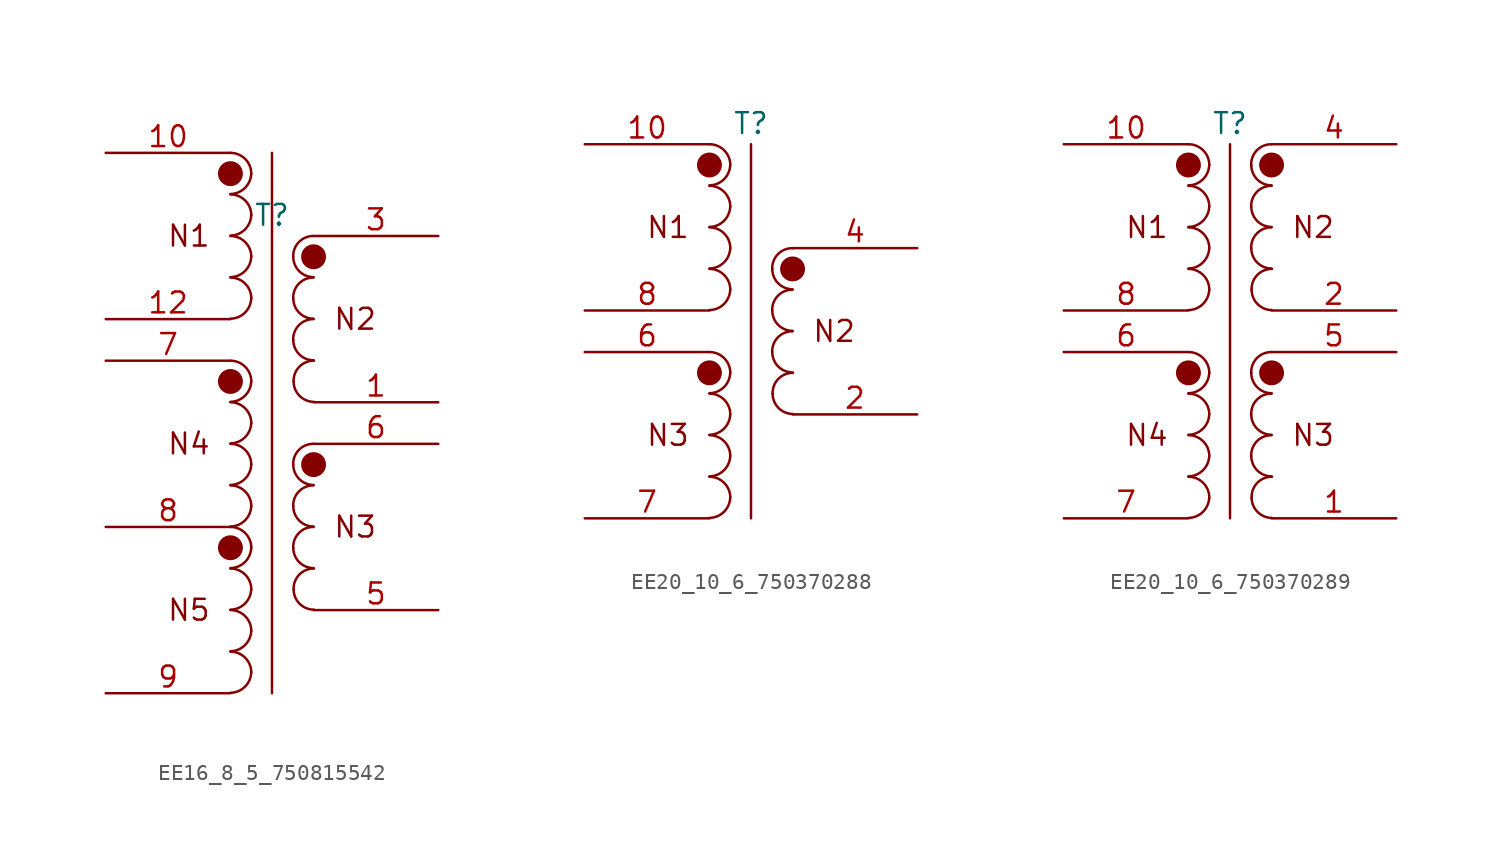
<source format=kicad_sym>
(kicad_symbol_lib
  (version 20220914)
  (generator kicad_symbol_editor)
  (symbol "EE16_8_5_750815542"
    (pin_names hide)
    (property "Reference" "T"
      (at 0 12.7 0)
      (effects (font (size 1.27 1.27))))
    (symbol "EE16_8_5_750815542_0_1"
      (arc (start -2.54 -16.4846) (mid -1.6561 -16.1163) (end -1.27 -15.24) (stroke (width 0) (type default)) (fill (type none)))
      (arc (start -2.54 -13.9446) (mid -1.6561 -13.5763) (end -1.27 -12.7) (stroke (width 0) (type default)) (fill (type none)))
      (arc (start -2.54 -11.4046) (mid -1.6561 -11.0363) (end -1.27 -10.16) (stroke (width 0) (type default)) (fill (type none)))
      (arc (start -2.54 -8.8646) (mid -1.6561 -8.4963) (end -1.27 -7.62) (stroke (width 0) (type default)) (fill (type none)))
      (arc (start -2.54 -6.3246) (mid -1.6561 -5.9563) (end -1.27 -5.08) (stroke (width 0) (type default)) (fill (type none)))
      (arc (start -2.54 -3.7846) (mid -1.6561 -3.4163) (end -1.27 -2.54) (stroke (width 0) (type default)) (fill (type none)))
      (arc (start -2.54 -1.2446) (mid -1.6561 -0.8763) (end -1.27 0) (stroke (width 0) (type default)) (fill (type none)))
      (arc (start -2.54 1.2954) (mid -1.6561 1.6637) (end -1.27 2.54) (stroke (width 0) (type default)) (fill (type none)))
      (arc (start -2.54 6.3754) (mid -1.6561 6.7437) (end -1.27 7.62) (stroke (width 0) (type default)) (fill (type none)))
      (arc (start -2.54 8.9154) (mid -1.6561 9.2837) (end -1.27 10.16) (stroke (width 0) (type default)) (fill (type none)))
      (arc (start -2.54 11.4554) (mid -1.6561 11.8237) (end -1.27 12.7) (stroke (width 0) (type default)) (fill (type none)))
      (arc (start -2.54 13.9954) (mid -1.6561 14.3637) (end -1.27 15.24) (stroke (width 0) (type default)) (fill (type none)))
      (arc (start -1.27 -15.24) (mid -1.642 -14.342) (end -2.54 -13.97) (stroke (width 0) (type default)) (fill (type none)))
      (arc (start -1.27 -12.7) (mid -1.642 -11.802) (end -2.54 -11.43) (stroke (width 0) (type default)) (fill (type none)))
      (arc (start -1.27 -10.16) (mid -1.642 -9.262) (end -2.54 -8.89) (stroke (width 0) (type default)) (fill (type none)))
      (arc (start -1.27 -7.62) (mid -1.642 -6.722) (end -2.54 -6.35) (stroke (width 0) (type default)) (fill (type none)))
      (arc (start -1.27 -5.08) (mid -1.642 -4.182) (end -2.54 -3.81) (stroke (width 0) (type default)) (fill (type none)))
      (arc (start -1.27 -2.54) (mid -1.642 -1.642) (end -2.54 -1.27) (stroke (width 0) (type default)) (fill (type none)))
      (arc (start -1.27 0) (mid -1.642 0.898) (end -2.54 1.27) (stroke (width 0) (type default)) (fill (type none)))
      (arc (start -1.27 2.54) (mid -1.642 3.438) (end -2.54 3.81) (stroke (width 0) (type default)) (fill (type none)))
      (arc (start -1.27 7.62) (mid -1.642 8.518) (end -2.54 8.89) (stroke (width 0) (type default)) (fill (type none)))
      (arc (start -1.27 10.16) (mid -1.642 11.058) (end -2.54 11.43) (stroke (width 0) (type default)) (fill (type none)))
      (arc (start -1.27 12.7) (mid -1.642 13.598) (end -2.54 13.97) (stroke (width 0) (type default)) (fill (type none)))
      (arc (start -1.27 15.24) (mid -1.642 16.138) (end -2.54 16.51) (stroke (width 0) (type default)) (fill (type none)))
      (polyline (pts (xy 0 16.51) (xy 0 -16.51)) (stroke (width 0) (type default)) (fill (type none)))
      (arc (start 1.2954 -7.62) (mid 1.6599 -8.5001) (end 2.54 -8.8646) (stroke (width 0) (type default)) (fill (type none)))
      (arc (start 1.2954 -5.08) (mid 1.6599 -5.9601) (end 2.54 -6.3246) (stroke (width 0) (type default)) (fill (type none)))
      (arc (start 1.2954 -2.54) (mid 1.6599 -3.4201) (end 2.54 -3.7846) (stroke (width 0) (type default)) (fill (type none)))
      (arc (start 1.2954 5.08) (mid 1.6599 4.1999) (end 2.54 3.8354) (stroke (width 0) (type default)) (fill (type none)))
      (arc (start 1.2954 7.62) (mid 1.6599 6.7399) (end 2.54 6.3754) (stroke (width 0) (type default)) (fill (type none)))
      (arc (start 1.2954 10.16) (mid 1.6599 9.2799) (end 2.54 8.9154) (stroke (width 0) (type default)) (fill (type none)))
      (arc (start 1.3208 -10.16) (mid 1.6852 -11.0402) (end 2.5654 -11.4046) (stroke (width 0) (type default)) (fill (type none)))
      (arc (start 1.3208 2.54) (mid 1.6853 1.6597) (end 2.5654 1.2954) (stroke (width 0) (type default)) (fill (type none)))
      (arc (start 2.54 -6.35) (mid 1.6458 -6.7185) (end 1.2954 -7.62) (stroke (width 0) (type default)) (fill (type none)))
      (arc (start 2.54 -3.81) (mid 1.6458 -4.1785) (end 1.2954 -5.08) (stroke (width 0) (type default)) (fill (type none)))
      (arc (start 2.54 -1.27) (mid 1.6458 -1.6385) (end 1.2954 -2.54) (stroke (width 0) (type default)) (fill (type none)))
      (arc (start 2.54 6.35) (mid 1.6458 5.9815) (end 1.2954 5.08) (stroke (width 0) (type default)) (fill (type none)))
      (arc (start 2.54 8.89) (mid 1.6458 8.5215) (end 1.2954 7.62) (stroke (width 0) (type default)) (fill (type none)))
      (arc (start 2.54 11.43) (mid 1.6458 11.0615) (end 1.2954 10.16) (stroke (width 0) (type default)) (fill (type none)))
      (arc (start 2.5654 -8.89) (mid 1.6709 -9.2583) (end 1.3208 -10.16) (stroke (width 0) (type default)) (fill (type none)))
      (arc (start 2.5654 3.81) (mid 1.6709 3.4417) (end 1.3208 2.54) (stroke (width 0) (type default)) (fill (type none))))
    (symbol "EE16_8_5_750815542_1_1"
      (circle (center -2.54 -7.62) (radius 0.0001) (stroke (width 0.762) (type default)) (fill (type none)))
      (circle (center -2.54 2.54) (radius 0.0001) (stroke (width 0.762) (type default)) (fill (type none)))
      (circle (center -2.54 15.24) (radius 0.0001) (stroke (width 0.762) (type default)) (fill (type none)))
      (circle (center 2.54 -2.54) (radius 0.0001) (stroke (width 0.762) (type default)) (fill (type none)))
      (circle (center 2.54 10.16) (radius 0.0001) (stroke (width 0.762) (type default)) (fill (type none)))
      (text "N1" (at -5.08 11.43 0) (effects (font (size 1.27 1.27))))
      (text "N2" (at 5.08 6.35 0) (effects (font (size 1.27 1.27))))
      (text "N3" (at 5.08 -6.35 0) (effects (font (size 1.27 1.27))))
      (text "N4" (at -5.08 -1.27 0) (effects (font (size 1.27 1.27))))
      (text "N5" (at -5.08 -11.43 0) (effects (font (size 1.27 1.27))))
      (pin passive line (at 10.16 1.27 180) (length 7.62) (name "1" (effects (font (size 1.27 1.27)))) (number "1" (effects (font (size 1.27 1.27)))))
      (pin passive line (at -10.16 16.51 0) (length 7.62) (name "10" (effects (font (size 1.27 1.27)))) (number "10" (effects (font (size 1.27 1.27)))))
      (pin passive line (at -10.16 6.35 0) (length 7.62) (name "12" (effects (font (size 1.27 1.27)))) (number "12" (effects (font (size 1.27 1.27)))))
      (pin passive line (at 10.16 11.43 180) (length 7.62) (name "3" (effects (font (size 1.27 1.27)))) (number "3" (effects (font (size 1.27 1.27)))))
      (pin passive line (at 10.16 -11.43 180) (length 7.62) (name "5" (effects (font (size 1.27 1.27)))) (number "5" (effects (font (size 1.27 1.27)))))
      (pin passive line (at 10.16 -1.27 180) (length 7.62) (name "6" (effects (font (size 1.27 1.27)))) (number "6" (effects (font (size 1.27 1.27)))))
      (pin passive line (at -10.16 3.81 0) (length 7.62) (name "7" (effects (font (size 1.27 1.27)))) (number "7" (effects (font (size 1.27 1.27)))))
      (pin passive line (at -10.16 -6.35 0) (length 7.62) (name "8" (effects (font (size 1.27 1.27)))) (number "8" (effects (font (size 1.27 1.27)))))
      (pin passive line (at -10.16 -16.51 0) (length 7.62) (name "9" (effects (font (size 1.27 1.27)))) (number "9" (effects (font (size 1.27 1.27)))))))
  (symbol "EE20_10_6_750370288"
    (pin_names hide)
    (property "Reference" "T"
      (at 0 12.7 0)
      (effects (font (size 1.27 1.27))))
    (symbol "EE20_10_6_750370288_0_1"
      (arc (start -2.54 -11.4046) (mid -1.6561 -11.0363) (end -1.27 -10.16) (stroke (width 0) (type default)) (fill (type none)))
      (arc (start -2.54 -8.8646) (mid -1.6561 -8.4963) (end -1.27 -7.62) (stroke (width 0) (type default)) (fill (type none)))
      (arc (start -2.54 -6.3246) (mid -1.6561 -5.9563) (end -1.27 -5.08) (stroke (width 0) (type default)) (fill (type none)))
      (arc (start -2.54 -3.7846) (mid -1.6561 -3.4163) (end -1.27 -2.54) (stroke (width 0) (type default)) (fill (type none)))
      (arc (start -2.54 1.2954) (mid -1.6561 1.6637) (end -1.27 2.54) (stroke (width 0) (type default)) (fill (type none)))
      (arc (start -2.54 3.8354) (mid -1.6561 4.2037) (end -1.27 5.08) (stroke (width 0) (type default)) (fill (type none)))
      (arc (start -2.54 6.3754) (mid -1.6561 6.7437) (end -1.27 7.62) (stroke (width 0) (type default)) (fill (type none)))
      (arc (start -2.54 8.9154) (mid -1.6561 9.2837) (end -1.27 10.16) (stroke (width 0) (type default)) (fill (type none)))
      (arc (start -1.27 -10.16) (mid -1.642 -9.262) (end -2.54 -8.89) (stroke (width 0) (type default)) (fill (type none)))
      (arc (start -1.27 -7.62) (mid -1.642 -6.722) (end -2.54 -6.35) (stroke (width 0) (type default)) (fill (type none)))
      (arc (start -1.27 -5.08) (mid -1.642 -4.182) (end -2.54 -3.81) (stroke (width 0) (type default)) (fill (type none)))
      (arc (start -1.27 -2.54) (mid -1.642 -1.642) (end -2.54 -1.27) (stroke (width 0) (type default)) (fill (type none)))
      (arc (start -1.27 2.54) (mid -1.642 3.438) (end -2.54 3.81) (stroke (width 0) (type default)) (fill (type none)))
      (arc (start -1.27 5.08) (mid -1.642 5.978) (end -2.54 6.35) (stroke (width 0) (type default)) (fill (type none)))
      (arc (start -1.27 7.62) (mid -1.642 8.518) (end -2.54 8.89) (stroke (width 0) (type default)) (fill (type none)))
      (arc (start -1.27 10.16) (mid -1.642 11.058) (end -2.54 11.43) (stroke (width 0) (type default)) (fill (type none)))
      (polyline (pts (xy 0 11.43) (xy 0 -11.43)) (stroke (width 0) (type default)) (fill (type none)))
      (arc (start 1.2954 -1.27) (mid 1.6599 -2.1501) (end 2.54 -2.5146) (stroke (width 0) (type default)) (fill (type none)))
      (arc (start 1.2954 1.27) (mid 1.6599 0.3899) (end 2.54 0.0254) (stroke (width 0) (type default)) (fill (type none)))
      (arc (start 1.2954 3.81) (mid 1.6599 2.9299) (end 2.54 2.5654) (stroke (width 0) (type default)) (fill (type none)))
      (arc (start 1.3208 -3.81) (mid 1.6853 -4.6903) (end 2.5654 -5.0546) (stroke (width 0) (type default)) (fill (type none)))
      (arc (start 2.54 0) (mid 1.6458 -0.3685) (end 1.2954 -1.27) (stroke (width 0) (type default)) (fill (type none)))
      (arc (start 2.54 2.54) (mid 1.6458 2.1715) (end 1.2954 1.27) (stroke (width 0) (type default)) (fill (type none)))
      (arc (start 2.54 5.08) (mid 1.6458 4.7115) (end 1.2954 3.81) (stroke (width 0) (type default)) (fill (type none)))
      (arc (start 2.5654 -2.54) (mid 1.6709 -2.9083) (end 1.3208 -3.81) (stroke (width 0) (type default)) (fill (type none))))
    (symbol "EE20_10_6_750370288_1_1"
      (circle (center -2.54 -2.54) (radius 0.0001) (stroke (width 0.762) (type default)) (fill (type none)))
      (circle (center -2.54 10.16) (radius 0.0001) (stroke (width 0.762) (type default)) (fill (type none)))
      (circle (center 2.54 3.81) (radius 0.0001) (stroke (width 0.762) (type default)) (fill (type none)))
      (text "N1" (at -5.08 6.35 0) (effects (font (size 1.27 1.27))))
      (text "N2" (at 5.08 0 0) (effects (font (size 1.27 1.27))))
      (text "N3" (at -5.08 -6.35 0) (effects (font (size 1.27 1.27))))
      (pin passive line (at -10.16 11.43 0) (length 7.62) (name "10" (effects (font (size 1.27 1.27)))) (number "10" (effects (font (size 1.27 1.27)))))
      (pin passive line (at 10.16 -5.08 180) (length 7.62) (name "2" (effects (font (size 1.27 1.27)))) (number "2" (effects (font (size 1.27 1.27)))))
      (pin passive line (at 10.16 5.08 180) (length 7.62) (name "4" (effects (font (size 1.27 1.27)))) (number "4" (effects (font (size 1.27 1.27)))))
      (pin passive line (at -10.16 -1.27 0) (length 7.62) (name "6" (effects (font (size 1.27 1.27)))) (number "6" (effects (font (size 1.27 1.27)))))
      (pin passive line (at -10.16 -11.43 0) (length 7.62) (name "7" (effects (font (size 1.27 1.27)))) (number "7" (effects (font (size 1.27 1.27)))))
      (pin passive line (at -10.16 1.27 0) (length 7.62) (name "8" (effects (font (size 1.27 1.27)))) (number "8" (effects (font (size 1.27 1.27)))))))
  (symbol "EE20_10_6_750370289"
    (pin_names hide)
    (property "Reference" "T"
      (at 0 12.7 0)
      (effects (font (size 1.27 1.27))))
    (symbol "EE20_10_6_750370289_0_1"
      (arc (start -2.54 -11.4046) (mid -1.6561 -11.0363) (end -1.27 -10.16) (stroke (width 0) (type default)) (fill (type none)))
      (arc (start -2.54 -8.8646) (mid -1.6561 -8.4963) (end -1.27 -7.62) (stroke (width 0) (type default)) (fill (type none)))
      (arc (start -2.54 -6.3246) (mid -1.6561 -5.9563) (end -1.27 -5.08) (stroke (width 0) (type default)) (fill (type none)))
      (arc (start -2.54 -3.7846) (mid -1.6561 -3.4163) (end -1.27 -2.54) (stroke (width 0) (type default)) (fill (type none)))
      (arc (start -2.54 1.2954) (mid -1.6561 1.6637) (end -1.27 2.54) (stroke (width 0) (type default)) (fill (type none)))
      (arc (start -2.54 3.8354) (mid -1.6561 4.2037) (end -1.27 5.08) (stroke (width 0) (type default)) (fill (type none)))
      (arc (start -2.54 6.3754) (mid -1.6561 6.7437) (end -1.27 7.62) (stroke (width 0) (type default)) (fill (type none)))
      (arc (start -2.54 8.9154) (mid -1.6561 9.2837) (end -1.27 10.16) (stroke (width 0) (type default)) (fill (type none)))
      (arc (start -1.27 -10.16) (mid -1.642 -9.262) (end -2.54 -8.89) (stroke (width 0) (type default)) (fill (type none)))
      (arc (start -1.27 -7.62) (mid -1.642 -6.722) (end -2.54 -6.35) (stroke (width 0) (type default)) (fill (type none)))
      (arc (start -1.27 -5.08) (mid -1.642 -4.182) (end -2.54 -3.81) (stroke (width 0) (type default)) (fill (type none)))
      (arc (start -1.27 -2.54) (mid -1.642 -1.642) (end -2.54 -1.27) (stroke (width 0) (type default)) (fill (type none)))
      (arc (start -1.27 2.54) (mid -1.642 3.438) (end -2.54 3.81) (stroke (width 0) (type default)) (fill (type none)))
      (arc (start -1.27 5.08) (mid -1.642 5.978) (end -2.54 6.35) (stroke (width 0) (type default)) (fill (type none)))
      (arc (start -1.27 7.62) (mid -1.642 8.518) (end -2.54 8.89) (stroke (width 0) (type default)) (fill (type none)))
      (arc (start -1.27 10.16) (mid -1.642 11.058) (end -2.54 11.43) (stroke (width 0) (type default)) (fill (type none)))
      (polyline (pts (xy 0 11.43) (xy 0 -11.43)) (stroke (width 0) (type default)) (fill (type none)))
      (arc (start 1.2954 -7.62) (mid 1.6599 -8.5001) (end 2.54 -8.8646) (stroke (width 0) (type default)) (fill (type none)))
      (arc (start 1.2954 -5.08) (mid 1.6599 -5.9601) (end 2.54 -6.3246) (stroke (width 0) (type default)) (fill (type none)))
      (arc (start 1.2954 -2.54) (mid 1.6599 -3.4201) (end 2.54 -3.7846) (stroke (width 0) (type default)) (fill (type none)))
      (arc (start 1.2954 5.08) (mid 1.6599 4.1999) (end 2.54 3.8354) (stroke (width 0) (type default)) (fill (type none)))
      (arc (start 1.2954 7.62) (mid 1.6599 6.7399) (end 2.54 6.3754) (stroke (width 0) (type default)) (fill (type none)))
      (arc (start 1.2954 10.16) (mid 1.6599 9.2799) (end 2.54 8.9154) (stroke (width 0) (type default)) (fill (type none)))
      (arc (start 1.3208 -10.16) (mid 1.6852 -11.0402) (end 2.5654 -11.4046) (stroke (width 0) (type default)) (fill (type none)))
      (arc (start 1.3208 2.54) (mid 1.6852 1.6598) (end 2.5654 1.2954) (stroke (width 0) (type default)) (fill (type none)))
      (arc (start 2.54 -6.35) (mid 1.6458 -6.7185) (end 1.2954 -7.62) (stroke (width 0) (type default)) (fill (type none)))
      (arc (start 2.54 -3.81) (mid 1.6458 -4.1785) (end 1.2954 -5.08) (stroke (width 0) (type default)) (fill (type none)))
      (arc (start 2.54 -1.27) (mid 1.6458 -1.6385) (end 1.2954 -2.54) (stroke (width 0) (type default)) (fill (type none)))
      (arc (start 2.54 6.35) (mid 1.6458 5.9815) (end 1.2954 5.08) (stroke (width 0) (type default)) (fill (type none)))
      (arc (start 2.54 8.89) (mid 1.6458 8.5215) (end 1.2954 7.62) (stroke (width 0) (type default)) (fill (type none)))
      (arc (start 2.54 11.43) (mid 1.6458 11.0615) (end 1.2954 10.16) (stroke (width 0) (type default)) (fill (type none)))
      (arc (start 2.5654 -8.89) (mid 1.6709 -9.2583) (end 1.3208 -10.16) (stroke (width 0) (type default)) (fill (type none)))
      (arc (start 2.5654 3.81) (mid 1.6709 3.4417) (end 1.3208 2.54) (stroke (width 0) (type default)) (fill (type none))))
    (symbol "EE20_10_6_750370289_1_1"
      (circle (center -2.54 -2.54) (radius 0.0001) (stroke (width 0.762) (type default)) (fill (type none)))
      (circle (center -2.54 10.16) (radius 0.0001) (stroke (width 0.762) (type default)) (fill (type none)))
      (circle (center 2.54 -2.54) (radius 0.0001) (stroke (width 0.762) (type default)) (fill (type none)))
      (circle (center 2.54 10.16) (radius 0.0001) (stroke (width 0.762) (type default)) (fill (type none)))
      (text "N1" (at -5.08 6.35 0) (effects (font (size 1.27 1.27))))
      (text "N2" (at 5.08 6.35 0) (effects (font (size 1.27 1.27))))
      (text "N3" (at 5.08 -6.35 0) (effects (font (size 1.27 1.27))))
      (text "N4" (at -5.08 -6.35 0) (effects (font (size 1.27 1.27))))
      (pin passive line (at 10.16 -11.43 180) (length 7.62) (name "1" (effects (font (size 1.27 1.27)))) (number "1" (effects (font (size 1.27 1.27)))))
      (pin passive line (at -10.16 11.43 0) (length 7.62) (name "10" (effects (font (size 1.27 1.27)))) (number "10" (effects (font (size 1.27 1.27)))))
      (pin passive line (at 10.16 1.27 180) (length 7.62) (name "2" (effects (font (size 1.27 1.27)))) (number "2" (effects (font (size 1.27 1.27)))))
      (pin passive line (at 10.16 11.43 180) (length 7.62) (name "4" (effects (font (size 1.27 1.27)))) (number "4" (effects (font (size 1.27 1.27)))))
      (pin passive line (at 10.16 -1.27 180) (length 7.62) (name "5" (effects (font (size 1.27 1.27)))) (number "5" (effects (font (size 1.27 1.27)))))
      (pin passive line (at -10.16 -1.27 0) (length 7.62) (name "6" (effects (font (size 1.27 1.27)))) (number "6" (effects (font (size 1.27 1.27)))))
      (pin passive line (at -10.16 -11.43 0) (length 7.62) (name "7" (effects (font (size 1.27 1.27)))) (number "7" (effects (font (size 1.27 1.27)))))
      (pin passive line (at -10.16 1.27 0) (length 7.62) (name "8" (effects (font (size 1.27 1.27)))) (number "8" (effects (font (size 1.27 1.27))))))))
</source>
